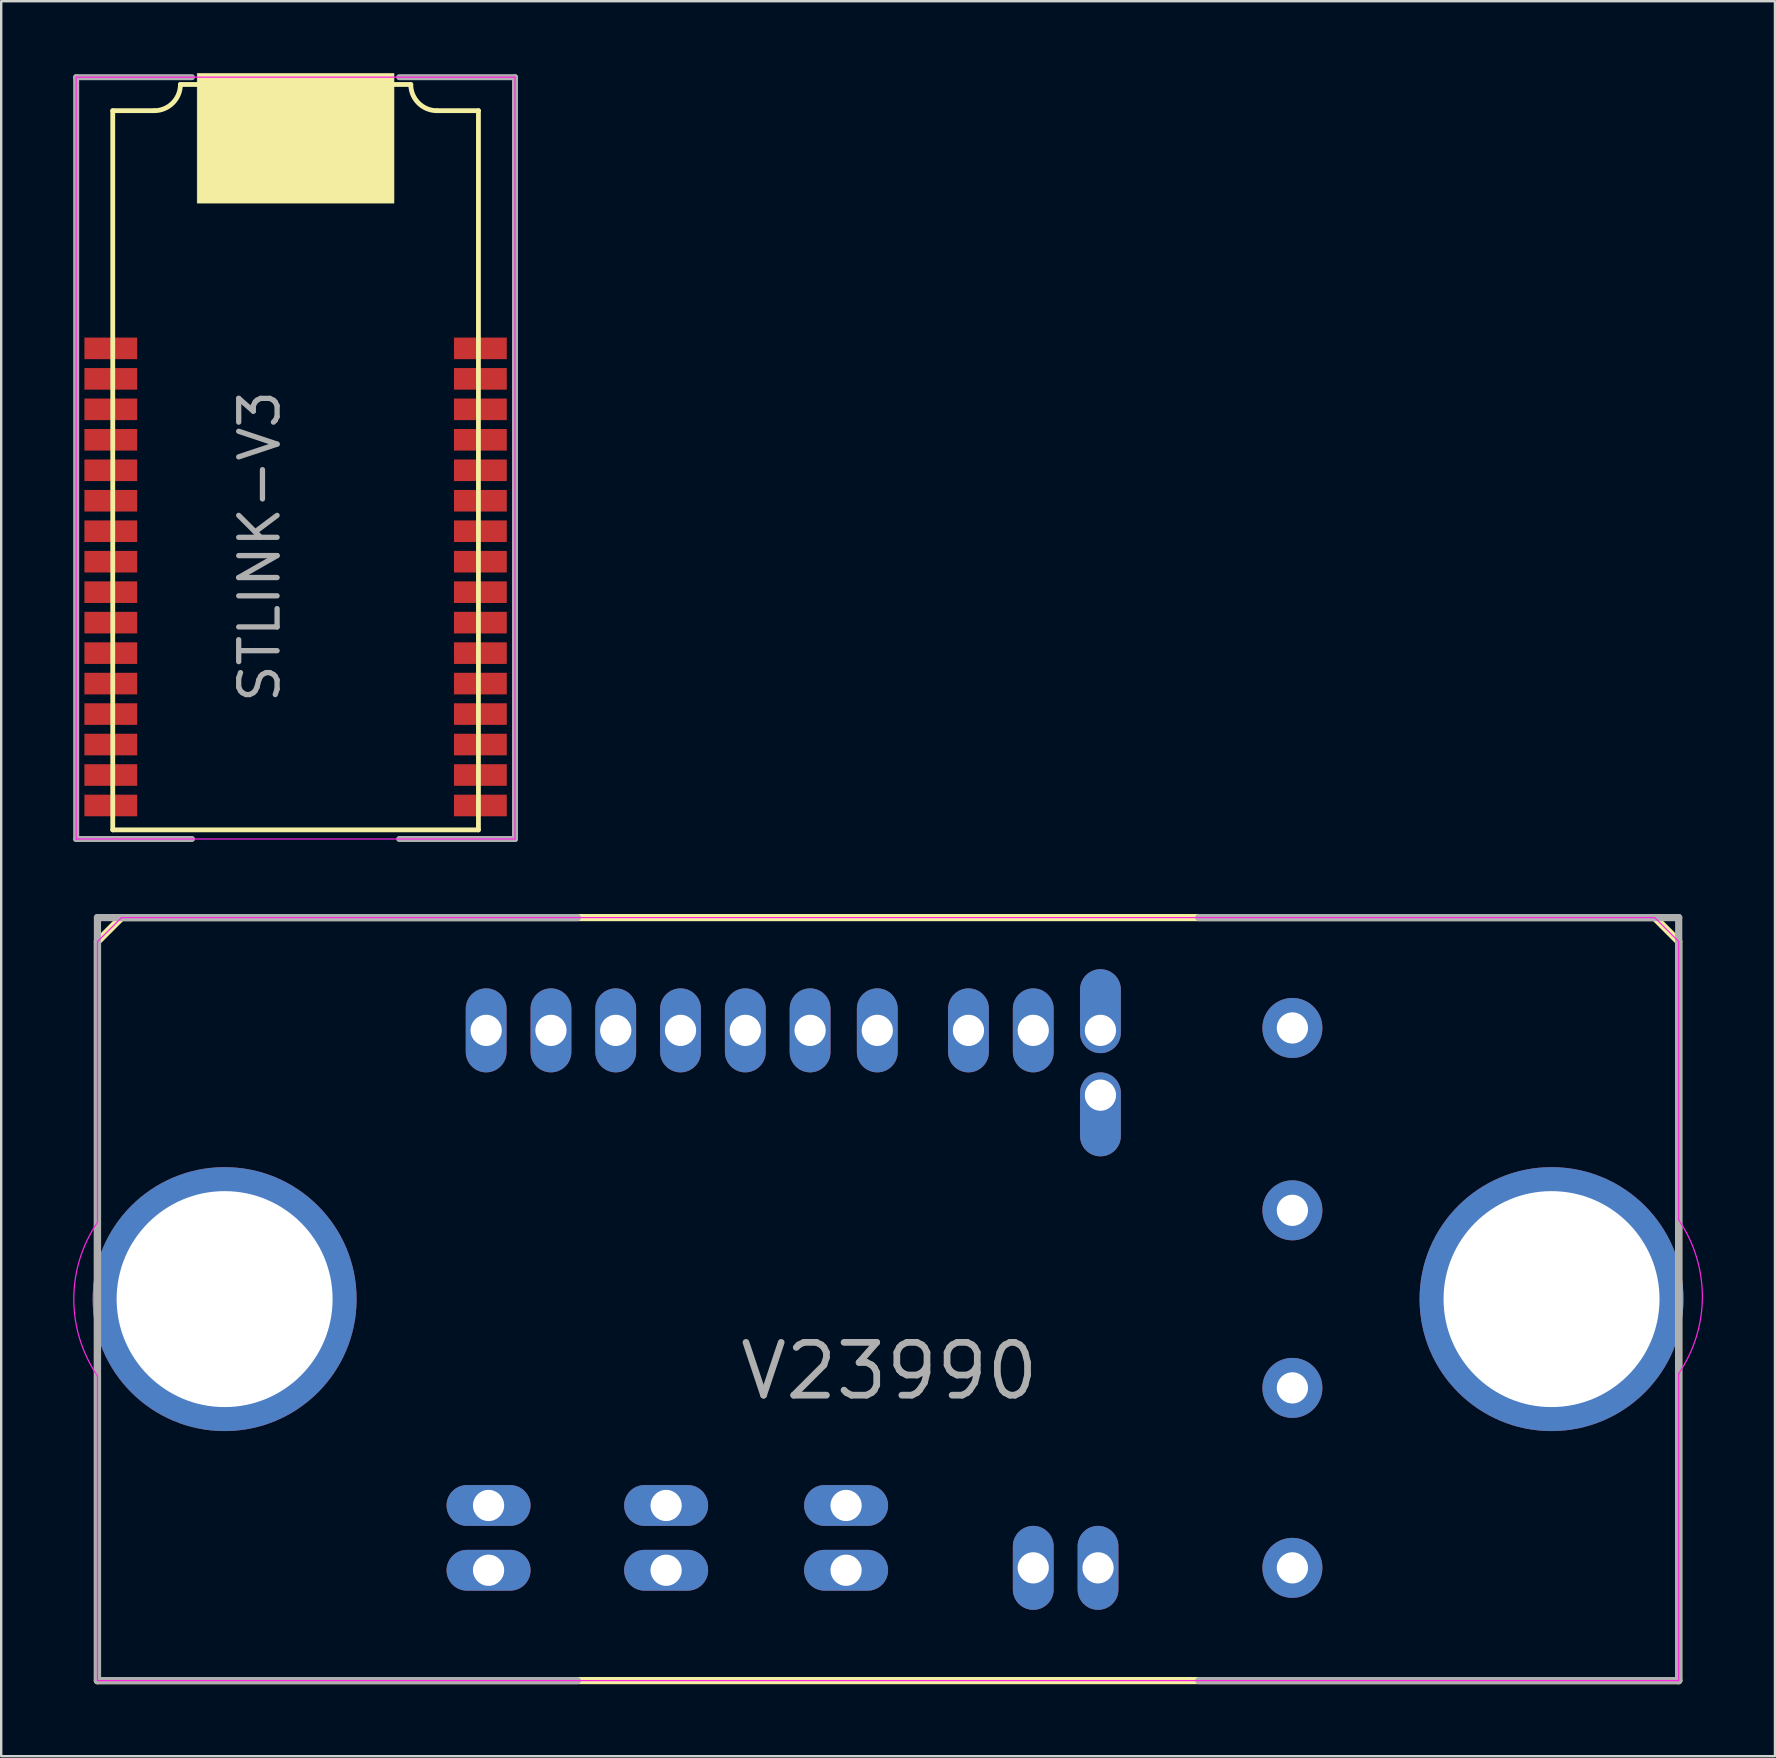
<source format=kicad_pcb>
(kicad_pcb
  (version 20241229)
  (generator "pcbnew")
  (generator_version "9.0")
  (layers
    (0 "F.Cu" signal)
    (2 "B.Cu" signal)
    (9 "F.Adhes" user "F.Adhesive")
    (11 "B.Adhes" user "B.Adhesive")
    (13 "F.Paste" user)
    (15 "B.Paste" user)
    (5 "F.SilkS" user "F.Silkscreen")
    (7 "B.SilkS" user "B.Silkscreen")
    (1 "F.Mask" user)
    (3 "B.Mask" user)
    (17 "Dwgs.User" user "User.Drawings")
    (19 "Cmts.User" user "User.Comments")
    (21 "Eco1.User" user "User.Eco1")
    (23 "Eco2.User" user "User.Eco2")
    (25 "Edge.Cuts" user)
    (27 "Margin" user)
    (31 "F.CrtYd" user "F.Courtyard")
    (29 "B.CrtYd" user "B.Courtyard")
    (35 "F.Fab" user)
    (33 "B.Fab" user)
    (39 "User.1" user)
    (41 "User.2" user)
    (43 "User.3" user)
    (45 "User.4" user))
  (footprint "V23990"
    (layer "F.Cu")
    (at 34.011 51.091)
    (property "Reference" "V23990" (at 0 3 0) (layer "F.Fab") (effects (font (size 2.2 2.2) (thickness 0.28))))
    (attr through_hole)
    (fp_line (start -33 -14.9) (end -33 15.9) (stroke (width 0.3) (type default)) (layer "F.SilkS"))
    (fp_line (start -32 -15.9) (end -33 -14.9) (stroke (width 0.3) (type default)) (layer "F.SilkS"))
    (fp_line (start 31.9 -15.9) (end -32 -15.9) (stroke (width 0.3) (type default)) (layer "F.SilkS"))
    (fp_line (start 31.9 -15.9) (end 32.9 -14.9) (stroke (width 0.3) (type default)) (layer "F.SilkS"))
    (fp_line (start 32.9 -14.9) (end 32.9 15.9) (stroke (width 0.3) (type default)) (layer "F.SilkS"))
    (fp_line (start 32.9 15.9) (end -33 15.9) (stroke (width 0.3) (type default)) (layer "F.SilkS"))
    (fp_line (start -33 -3.2) (end -33 -14.9) (stroke (width 0.05) (type default)) (layer "F.CrtYd"))
    (fp_line (start -33 3.2) (end -33 15.9) (stroke (width 0.05) (type default)) (layer "F.CrtYd"))
    (fp_line (start -33 15.9) (end 32.9 15.9) (stroke (width 0.05) (type default)) (layer "F.CrtYd"))
    (fp_line (start -32 -15.9) (end -33 -14.9) (stroke (width 0.05) (type default)) (layer "F.CrtYd"))
    (fp_line (start 31.9 -15.9) (end -32 -15.9) (stroke (width 0.05) (type default)) (layer "F.CrtYd"))
    (fp_line (start 31.9 -15.9) (end 32.9 -14.9) (stroke (width 0.05) (type default)) (layer "F.CrtYd"))
    (fp_line (start 32.9 -14.9) (end 32.9 -3.3) (stroke (width 0.05) (type default)) (layer "F.CrtYd"))
    (fp_line (start 32.9 3.1) (end 32.9 15.9) (stroke (width 0.05) (type default)) (layer "F.CrtYd"))
    (fp_arc (start -33 3.2) (mid -33.985948 0) (end -33 -3.2) (stroke (width 0.05) (type default)) (layer "F.CrtYd"))
    (fp_arc (start 32.9 -3.3) (mid 33.885948 -0.1) (end 32.9 3.1) (stroke (width 0.05) (type default)) (layer "F.CrtYd"))
    (fp_line (start -33 15.9) (end -33 -15.9) (stroke (width 0.3) (type default)) (layer "F.Fab"))
    (fp_line (start -13 -15.9) (end -33 -15.9) (stroke (width 0.3) (type default)) (layer "F.Fab"))
    (fp_line (start -13 15.9) (end -33 15.9) (stroke (width 0.3) (type default)) (layer "F.Fab"))
    (fp_line (start 12.9 -15.9) (end 32.9 -15.9) (stroke (width 0.3) (type default)) (layer "F.Fab"))
    (fp_line (start 12.9 15.9) (end 32.9 15.9) (stroke (width 0.3) (type default)) (layer "F.Fab"))
    (fp_line (start 32.9 15.9) (end 32.9 -15.9) (stroke (width 0.3) (type default)) (layer "F.Fab"))
    (pad "" np_thru_hole circle (at -27.7 0 90) (size 11 11) (drill 9) (layers "*.Cu" "*.Mask"))
    (pad "" np_thru_hole circle (at 27.6 0 90) (size 11 11) (drill 9) (layers "*.Cu" "*.Mask"))
    (pad "1" thru_hole oval (at 8.8 -8.5) (size 1.7 3.5) (drill 1.3 (offset 0 0.8)) (layers "*.Cu" "*.Mask"))
    (pad "2" thru_hole oval (at 8.8 -11.2) (size 1.7 3.5) (drill 1.3 (offset 0 -0.8)) (layers "*.Cu" "*.Mask"))
    (pad "3" thru_hole oval (at 6 -11.2) (size 1.7 3.5) (drill 1.3) (layers "*.Cu" "*.Mask"))
    (pad "4" thru_hole oval (at 3.3 -11.2) (size 1.7 3.5) (drill 1.3) (layers "*.Cu" "*.Mask"))
    (pad "5" thru_hole oval (at -0.5 -11.2) (size 1.7 3.5) (drill 1.3) (layers "*.Cu" "*.Mask"))
    (pad "6" thru_hole oval (at -3.3 -11.2) (size 1.7 3.5) (drill 1.3) (layers "*.Cu" "*.Mask"))
    (pad "7" thru_hole oval (at -6 -11.2) (size 1.7 3.5) (drill 1.3) (layers "*.Cu" "*.Mask"))
    (pad "8" thru_hole oval (at -8.7 -11.2) (size 1.7 3.5) (drill 1.3) (layers "*.Cu" "*.Mask"))
    (pad "9" thru_hole oval (at -11.4 -11.2) (size 1.7 3.5) (drill 1.3) (layers "*.Cu" "*.Mask"))
    (pad "10" thru_hole oval (at -14.1 -11.2) (size 1.7 3.5) (drill 1.3) (layers "*.Cu" "*.Mask"))
    (pad "11" thru_hole oval (at -16.8 -11.2) (size 1.7 3.5) (drill 1.3) (layers "*.Cu" "*.Mask"))
    (pad "12" thru_hole oval (at -16.7 8.6 90) (size 1.7 3.5) (drill 1.3) (layers "*.Cu" "*.Mask"))
    (pad "13" thru_hole oval (at -16.7 11.3 90) (size 1.7 3.5) (drill 1.3) (layers "*.Cu" "*.Mask"))
    (pad "14" thru_hole oval (at -9.3 8.6 90) (size 1.7 3.5) (drill 1.3) (layers "*.Cu" "*.Mask"))
    (pad "15" thru_hole oval (at -9.3 11.3 90) (size 1.7 3.5) (drill 1.3) (layers "*.Cu" "*.Mask"))
    (pad "16" thru_hole oval (at -1.8 8.6 90) (size 1.7 3.5) (drill 1.3) (layers "*.Cu" "*.Mask"))
    (pad "17" thru_hole oval (at -1.8 11.3 90) (size 1.7 3.5) (drill 1.3) (layers "*.Cu" "*.Mask"))
    (pad "18" thru_hole oval (at 6 11.2) (size 1.7 3.5) (drill 1.3) (layers "*.Cu" "*.Mask"))
    (pad "19" thru_hole oval (at 8.7 11.2) (size 1.7 3.5) (drill 1.3) (layers "*.Cu" "*.Mask"))
    (pad "20" thru_hole circle (at 16.8 11.2) (size 2.5 2.5) (drill 1.3) (layers "*.Cu" "*.Mask"))
    (pad "21" thru_hole circle (at 16.8 3.7) (size 2.5 2.5) (drill 1.3) (layers "*.Cu" "*.Mask"))
    (pad "22" thru_hole circle (at 16.8 -3.7) (size 2.5 2.5) (drill 1.3) (layers "*.Cu" "*.Mask"))
    (pad "23" thru_hole circle (at 16.8 -11.3) (size 2.5 2.5) (drill 1.3) (layers "*.Cu" "*.Mask")))
  (footprint "STLINK-V3"
    (layer "F.Cu")
    (at 9.269 20.994)
    (property "Reference" "STLINK-V3" (at -1.5 -1.27 90) (layer "F.Fab") (effects (font (size 1.6 1.6) (thickness 0.22))))
    (attr through_hole)
    (fp_line (start -7.62 -19.431) (end -5.893 -19.431) (stroke (width 0.2) (type solid)) (layer "F.SilkS"))
    (fp_line (start -7.62 10.541) (end -7.62 -19.431) (stroke (width 0.2) (type solid)) (layer "F.SilkS"))
    (fp_line (start -7.62 10.541) (end 7.62 10.541) (stroke (width 0.2) (type solid)) (layer "F.SilkS"))
    (fp_line (start -4.801 -20.523) (end 4.801 -20.523) (stroke (width 0.2) (type solid)) (layer "F.SilkS"))
    (fp_line (start 5.893 -19.431) (end 7.62 -19.431) (stroke (width 0.2) (type solid)) (layer "F.SilkS"))
    (fp_line (start 7.62 10.541) (end 7.62 -19.431) (stroke (width 0.2) (type solid)) (layer "F.SilkS"))
    (fp_arc (start -4.8006 -20.5232) (mid -5.120498 -19.750898) (end -5.8928 -19.431) (stroke (width 0.2) (type solid)) (layer "F.SilkS"))
    (fp_arc (start 5.8928 -19.431) (mid 5.120498 -19.750898) (end 4.8006 -20.5232) (stroke (width 0.2) (type solid)) (layer "F.SilkS"))
    (fp_poly (pts (xy -4.1 -15.581) (xy -4.1 -20.981) (xy 4.1 -20.981) (xy 4.1 -15.581)) (stroke (width 0.025) (type solid)) (fill yes) (layer "F.SilkS"))
    (fp_line (start -9.144 -20.828) (end -9.144 10.922) (stroke (width 0.05) (type solid)) (layer "F.CrtYd"))
    (fp_line (start -9.144 -20.828) (end 9.144 -20.828) (stroke (width 0.05) (type solid)) (layer "F.CrtYd"))
    (fp_line (start -9.144 10.922) (end 9.144 10.922) (stroke (width 0.05) (type solid)) (layer "F.CrtYd"))
    (fp_line (start 9.144 -20.828) (end 9.144 10.922) (stroke (width 0.05) (type solid)) (layer "F.CrtYd"))
    (fp_line (start -9.144 10.922) (end -9.144 -20.828) (stroke (width 0.25) (type solid)) (layer "F.Fab"))
    (fp_line (start -4.318 -20.828) (end -9.144 -20.828) (stroke (width 0.25) (type solid)) (layer "F.Fab"))
    (fp_line (start -4.318 10.922) (end -9.144 10.922) (stroke (width 0.25) (type solid)) (layer "F.Fab"))
    (fp_line (start 9.144 -20.828) (end 4.318 -20.828) (stroke (width 0.25) (type solid)) (layer "F.Fab"))
    (fp_line (start 9.144 10.922) (end 4.318 10.922) (stroke (width 0.25) (type solid)) (layer "F.Fab"))
    (fp_line (start 9.144 10.922) (end 9.144 -20.828) (stroke (width 0.25) (type solid)) (layer "F.Fab"))
    (pad "1" smd rect (at -7.701 -9.525) (size 2.2 0.9) (layers "F.Cu" "F.Mask" "F.Paste"))
    (pad "2" smd rect (at -7.701 -8.255) (size 2.2 0.9) (layers "F.Cu" "F.Mask" "F.Paste"))
    (pad "3" smd rect (at -7.701 -6.985) (size 2.2 0.9) (layers "F.Cu" "F.Mask" "F.Paste"))
    (pad "4" smd rect (at -7.701 -5.715) (size 2.2 0.9) (layers "F.Cu" "F.Mask" "F.Paste"))
    (pad "5" smd rect (at -7.701 -4.445) (size 2.2 0.9) (layers "F.Cu" "F.Mask" "F.Paste"))
    (pad "6" smd rect (at -7.701 -3.175) (size 2.2 0.9) (layers "F.Cu" "F.Mask" "F.Paste"))
    (pad "7" smd rect (at -7.701 -1.905) (size 2.2 0.9) (layers "F.Cu" "F.Mask" "F.Paste"))
    (pad "8" smd rect (at -7.701 -0.635) (size 2.2 0.9) (layers "F.Cu" "F.Mask" "F.Paste"))
    (pad "9" smd rect (at -7.701 0.635) (size 2.2 0.9) (layers "F.Cu" "F.Mask" "F.Paste"))
    (pad "10" smd rect (at -7.701 1.905) (size 2.2 0.9) (layers "F.Cu" "F.Mask" "F.Paste"))
    (pad "11" smd rect (at -7.701 3.175) (size 2.2 0.9) (layers "F.Cu" "F.Mask" "F.Paste"))
    (pad "12" smd rect (at -7.701 4.445) (size 2.2 0.9) (layers "F.Cu" "F.Mask" "F.Paste"))
    (pad "13" smd rect (at -7.701 5.715) (size 2.2 0.9) (layers "F.Cu" "F.Mask" "F.Paste"))
    (pad "14" smd rect (at -7.701 6.985) (size 2.2 0.9) (layers "F.Cu" "F.Mask" "F.Paste"))
    (pad "15" smd rect (at -7.701 8.255) (size 2.2 0.9) (layers "F.Cu" "F.Mask" "F.Paste"))
    (pad "16" smd rect (at -7.701 9.525) (size 2.2 0.9) (layers "F.Cu" "F.Mask" "F.Paste"))
    (pad "17" smd rect (at 7.701 9.525) (size 2.2 0.9) (layers "F.Cu" "F.Mask" "F.Paste"))
    (pad "18" smd rect (at 7.701 8.255) (size 2.2 0.9) (layers "F.Cu" "F.Mask" "F.Paste"))
    (pad "19" smd rect (at 7.701 6.985) (size 2.2 0.9) (layers "F.Cu" "F.Mask" "F.Paste"))
    (pad "20" smd rect (at 7.701 5.715) (size 2.2 0.9) (layers "F.Cu" "F.Mask" "F.Paste"))
    (pad "21" smd rect (at 7.701 4.445) (size 2.2 0.9) (layers "F.Cu" "F.Mask" "F.Paste"))
    (pad "22" smd rect (at 7.701 3.175) (size 2.2 0.9) (layers "F.Cu" "F.Mask" "F.Paste"))
    (pad "23" smd rect (at 7.701 1.905) (size 2.2 0.9) (layers "F.Cu" "F.Mask" "F.Paste"))
    (pad "24" smd rect (at 7.701 0.635) (size 2.2 0.9) (layers "F.Cu" "F.Mask" "F.Paste"))
    (pad "25" smd rect (at 7.701 -0.635) (size 2.2 0.9) (layers "F.Cu" "F.Mask" "F.Paste"))
    (pad "26" smd rect (at 7.701 -1.905) (size 2.2 0.9) (layers "F.Cu" "F.Mask" "F.Paste"))
    (pad "27" smd rect (at 7.701 -3.175) (size 2.2 0.9) (layers "F.Cu" "F.Mask" "F.Paste"))
    (pad "28" smd rect (at 7.701 -4.445) (size 2.2 0.9) (layers "F.Cu" "F.Mask" "F.Paste"))
    (pad "29" smd rect (at 7.701 -5.715) (size 2.2 0.9) (layers "F.Cu" "F.Mask" "F.Paste"))
    (pad "30" smd rect (at 7.701 -6.985) (size 2.2 0.9) (layers "F.Cu" "F.Mask" "F.Paste"))
    (pad "31" smd rect (at 7.701 -8.255) (size 2.2 0.9) (layers "F.Cu" "F.Mask" "F.Paste"))
    (pad "32" smd rect (at 7.701 -9.525) (size 2.2 0.9) (layers "F.Cu" "F.Mask" "F.Paste")))
  (gr_rect
    (start -3 -3)
    (end 70.922 70.141)
    (stroke (width 0.1) (type default))
    (fill no)
    (layer "Edge.Cuts")))
</source>
